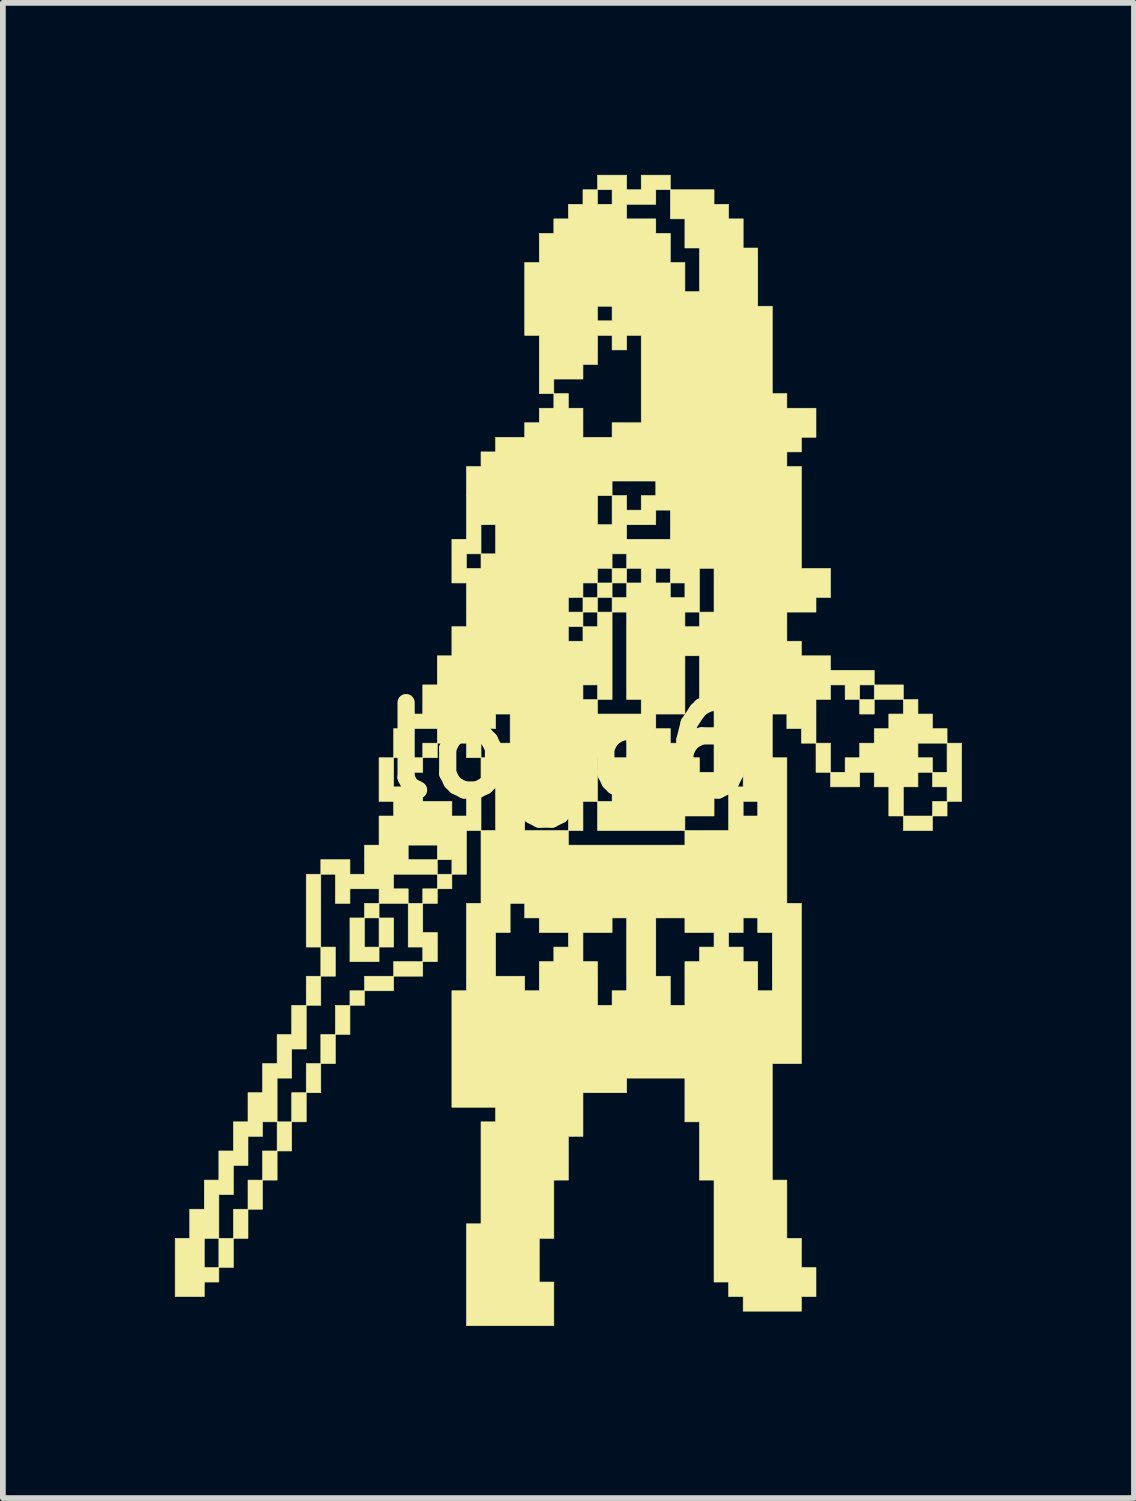
<source format=kicad_pcb>
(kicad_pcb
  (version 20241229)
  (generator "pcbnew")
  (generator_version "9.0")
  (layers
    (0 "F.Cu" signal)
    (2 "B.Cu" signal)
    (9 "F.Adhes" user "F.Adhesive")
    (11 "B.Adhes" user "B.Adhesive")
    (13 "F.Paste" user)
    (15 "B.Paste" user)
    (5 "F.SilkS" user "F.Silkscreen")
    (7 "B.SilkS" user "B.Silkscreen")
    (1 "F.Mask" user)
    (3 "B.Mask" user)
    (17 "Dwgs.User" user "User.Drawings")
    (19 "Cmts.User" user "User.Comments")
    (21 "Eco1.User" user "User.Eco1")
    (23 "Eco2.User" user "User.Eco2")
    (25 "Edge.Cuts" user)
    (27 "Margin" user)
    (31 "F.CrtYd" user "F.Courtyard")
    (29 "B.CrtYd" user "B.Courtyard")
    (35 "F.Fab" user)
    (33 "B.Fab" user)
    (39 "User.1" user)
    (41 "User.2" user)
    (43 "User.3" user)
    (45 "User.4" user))
  (footprint "logo6"
    (layer "F.Cu")
    (at 6.863 10.038)
    (property "Reference" "logo6" (at 0 0 0) (layer "F.SilkS") (effects (font (size 1.524 1.524) (thickness 0.3))))
    (attr through_hole)
    (fp_poly (pts (xy -2.54 0.381) (xy -2.794 0.381) (xy -2.794 0.127) (xy -2.54 0.127) (xy -2.54 0.381)) (stroke (width 0.01) (type solid)) (fill yes) (layer "F.SilkS"))
    (fp_poly (pts (xy -2.286 0.127) (xy -2.54 0.127) (xy -2.54 -0.127) (xy -2.286 -0.127) (xy -2.286 0.127)) (stroke (width 0.01) (type solid)) (fill yes) (layer "F.SilkS"))
    (fp_poly (pts (xy 0.508 -2.413) (xy 0.254 -2.413) (xy 0.254 -2.667) (xy 0.508 -2.667) (xy 0.508 -2.413)) (stroke (width 0.01) (type solid)) (fill yes) (layer "F.SilkS"))
    (fp_poly (pts (xy 0.762 -2.667) (xy 0.508 -2.667) (xy 0.508 -2.921) (xy 0.762 -2.921) (xy 0.762 -2.667)) (stroke (width 0.01) (type solid)) (fill yes) (layer "F.SilkS"))
    (fp_poly (pts (xy 1.016 -2.921) (xy 0.762 -2.921) (xy 0.762 -3.175) (xy 1.016 -3.175) (xy 1.016 -2.921)) (stroke (width 0.01) (type solid)) (fill yes) (layer "F.SilkS"))
    (fp_poly (pts (xy 4.572 0.381) (xy 4.318 0.381) (xy 4.318 -0.127) (xy 4.572 -0.127) (xy 4.572 0.381)) (stroke (width 0.01) (type solid)) (fill yes) (layer "F.SilkS"))
    (fp_poly (pts (xy 5.334 -0.635) (xy 5.08 -0.635) (xy 5.08 -0.889) (xy 5.334 -0.889) (xy 5.334 -0.635)) (stroke (width 0.01) (type solid)) (fill yes) (layer "F.SilkS"))
    (fp_poly (pts (xy 5.842 -0.889) (xy 5.334 -0.889) (xy 5.334 -1.143) (xy 5.842 -1.143) (xy 5.842 -0.889)) (stroke (width 0.01) (type solid)) (fill yes) (layer "F.SilkS"))
    (fp_poly (pts (xy -3.048 2.921) (xy -3.048 3.429) (xy -3.302 3.429) (xy -3.302 3.683) (xy -3.81 3.683) (xy -3.81 2.921) (xy -3.556 2.921) (xy -3.556 3.429) (xy -3.302 3.429) (xy -3.302 2.921) (xy -3.556 2.921) (xy -3.556 2.667) (xy -3.302 2.667) (xy -3.302 2.921) (xy -3.048 2.921)) (stroke (width 0.01) (type solid)) (fill yes) (layer "F.SilkS"))
    (fp_poly (pts (xy 6.858 -0.127) (xy 6.858 0.889) (xy 6.604 0.889) (xy 6.604 1.143) (xy 6.35 1.143) (xy 6.35 1.397) (xy 5.842 1.397) (xy 5.842 1.143) (xy 5.588 1.143) (xy 5.588 0.635) (xy 5.842 0.635) (xy 5.842 1.143) (xy 6.35 1.143) (xy 6.35 0.889) (xy 6.604 0.889) (xy 6.604 0.635) (xy 6.35 0.635) (xy 6.35 0.381) (xy 6.096 0.381) (xy 6.096 0.635) (xy 5.842 0.635) (xy 5.588 0.635) (xy 5.334 0.635) (xy 5.334 0.381) (xy 5.08 0.381) (xy 5.08 0.635) (xy 4.572 0.635) (xy 4.572 0.381) (xy 4.826 0.381) (xy 4.826 0.127) (xy 5.08 0.127) (xy 5.08 -0.127) (xy 5.334 -0.127) (xy 6.096 -0.127) (xy 6.096 0.127) (xy 6.35 0.127) (xy 6.35 0.381) (xy 6.604 0.381) (xy 6.604 -0.127) (xy 6.096 -0.127) (xy 5.334 -0.127) (xy 5.334 -0.381) (xy 5.588 -0.381) (xy 5.588 -0.635) (xy 5.842 -0.635) (xy 5.842 -0.889) (xy 6.096 -0.889) (xy 6.096 -0.635) (xy 6.35 -0.635) (xy 6.35 -0.381) (xy 6.604 -0.381) (xy 6.604 -0.127) (xy 6.858 -0.127)) (stroke (width 0.01) (type solid)) (fill yes) (layer "F.SilkS"))
    (fp_poly (pts (xy 2.54 -9.779) (xy 2.54 -9.525) (xy 2.794 -9.525) (xy 2.794 -9.271) (xy 3.048 -9.271) (xy 3.048 -8.763) (xy 3.302 -8.763) (xy 3.302 -7.747) (xy 3.556 -7.747) (xy 3.556 -6.223) (xy 3.81 -6.223) (xy 3.81 -5.969) (xy 4.318 -5.969) (xy 4.318 -5.461) (xy 4.064 -5.461) (xy 4.064 -5.207) (xy 3.81 -5.207) (xy 3.81 -4.953) (xy 4.064 -4.953) (xy 4.064 -3.175) (xy 4.572 -3.175) (xy 4.572 -2.667) (xy 4.318 -2.667) (xy 4.318 -2.413) (xy 3.81 -2.413) (xy 3.81 -1.905) (xy 4.064 -1.905) (xy 4.064 -1.651) (xy 4.572 -1.651) (xy 4.572 -1.397) (xy 5.334 -1.397) (xy 5.334 -1.143) (xy 5.08 -1.143) (xy 5.08 -0.889) (xy 4.826 -0.889) (xy 4.826 -1.143) (xy 4.572 -1.143) (xy 4.572 -0.889) (xy 4.318 -0.889) (xy 4.318 -0.127) (xy 4.064 -0.127) (xy 4.064 -0.381) (xy 3.81 -0.381) (xy 3.81 -0.635) (xy 3.556 -0.635) (xy 3.556 0.127) (xy 3.81 0.127) (xy 3.81 2.667) (xy 4.064 2.667) (xy 4.064 5.461) (xy 3.556 5.461) (xy 3.556 7.493) (xy 3.81 7.493) (xy 3.81 8.509) (xy 4.064 8.509) (xy 4.064 9.017) (xy 4.318 9.017) (xy 4.318 9.525) (xy 4.064 9.525) (xy 4.064 9.779) (xy 3.048 9.779) (xy 3.048 9.525) (xy 2.794 9.525) (xy 2.794 9.271) (xy 2.54 9.271) (xy 2.54 7.493) (xy 2.286 7.493) (xy 2.286 6.477) (xy 2.032 6.477) (xy 2.032 5.715) (xy 1.016 5.715) (xy 1.016 5.969) (xy 0.254 5.969) (xy 0.254 6.731) (xy 0 6.731) (xy 0 7.493) (xy -0.254 7.493) (xy -0.254 8.509) (xy -0.508 8.509) (xy -0.508 9.271) (xy -0.254 9.271) (xy -0.254 10.033) (xy -1.778 10.033) (xy -1.778 8.255) (xy -1.524 8.255) (xy -1.524 6.477) (xy -1.27 6.477) (xy -1.27 6.223) (xy -2.032 6.223) (xy -2.032 4.191) (xy -1.778 4.191) (xy -1.778 3.175) (xy -1.27 3.175) (xy -1.27 3.937) (xy -0.762 3.937) (xy -0.762 4.191) (xy -0.508 4.191) (xy -0.508 3.683) (xy -0.254 3.683) (xy -0.254 3.429) (xy 0 3.429) (xy 0 3.175) (xy 0.254 3.175) (xy 0.254 3.683) (xy 0.508 3.683) (xy 0.508 4.445) (xy 0.762 4.445) (xy 0.762 4.191) (xy 1.016 4.191) (xy 1.016 2.921) (xy 1.524 2.921) (xy 1.524 3.937) (xy 1.778 3.937) (xy 1.778 4.445) (xy 2.032 4.445) (xy 2.032 3.683) (xy 2.286 3.683) (xy 2.286 3.429) (xy 2.54 3.429) (xy 2.54 3.175) (xy 2.794 3.175) (xy 2.794 3.429) (xy 3.048 3.429) (xy 3.048 3.683) (xy 3.302 3.683) (xy 3.302 4.191) (xy 3.556 4.191) (xy 3.556 3.175) (xy 3.302 3.175) (xy 3.302 2.921) (xy 3.048 2.921) (xy 3.048 3.175) (xy 2.794 3.175) (xy 2.54 3.175) (xy 2.032 3.175) (xy 2.032 2.921) (xy 1.524 2.921) (xy 1.016 2.921) (xy 0.762 2.921) (xy 0.762 3.175) (xy 0.254 3.175) (xy 0 3.175) (xy -0.508 3.175) (xy -0.508 2.921) (xy -0.762 2.921) (xy -0.762 2.667) (xy -1.016 2.667) (xy -1.016 3.175) (xy -1.27 3.175) (xy -1.778 3.175) (xy -1.778 2.667) (xy -1.524 2.667) (xy -1.524 1.397) (xy -1.778 1.397) (xy -1.778 2.159) (xy -2.032 2.159) (xy -2.032 2.413) (xy -2.286 2.413) (xy -2.286 2.667) (xy -2.54 2.667) (xy -2.54 3.175) (xy -2.286 3.175) (xy -2.286 3.683) (xy -2.54 3.683) (xy -2.54 3.937) (xy -3.048 3.937) (xy -3.048 4.191) (xy -3.556 4.191) (xy -3.556 4.445) (xy -3.81 4.445) (xy -3.81 4.953) (xy -4.064 4.953) (xy -4.064 5.461) (xy -4.318 5.461) (xy -4.318 5.969) (xy -4.572 5.969) (xy -4.572 6.477) (xy -4.826 6.477) (xy -4.826 6.985) (xy -5.08 6.985) (xy -5.08 7.493) (xy -5.334 7.493) (xy -5.334 8.001) (xy -5.588 8.001) (xy -5.588 8.509) (xy -5.842 8.509) (xy -5.842 9.017) (xy -6.096 9.017) (xy -6.096 9.271) (xy -6.35 9.271) (xy -6.35 9.525) (xy -6.858 9.525) (xy -6.858 8.509) (xy -6.604 8.509) (xy -6.35 8.509) (xy -6.35 9.017) (xy -6.096 9.017) (xy -6.096 8.509) (xy -6.35 8.509) (xy -6.604 8.509) (xy -6.604 8.001) (xy -6.35 8.001) (xy -6.35 7.747) (xy -6.096 7.747) (xy -6.096 8.509) (xy -5.842 8.509) (xy -5.842 8.001) (xy -5.588 8.001) (xy -5.588 7.493) (xy -5.334 7.493) (xy -5.334 6.985) (xy -5.08 6.985) (xy -5.08 6.477) (xy -5.334 6.477) (xy -5.334 6.731) (xy -5.588 6.731) (xy -5.588 7.239) (xy -5.842 7.239) (xy -5.842 7.747) (xy -6.096 7.747) (xy -6.35 7.747) (xy -6.35 7.493) (xy -6.096 7.493) (xy -6.096 6.985) (xy -5.842 6.985) (xy -5.842 6.477) (xy -5.588 6.477) (xy -5.588 5.969) (xy -5.334 5.969) (xy -5.334 5.715) (xy -5.08 5.715) (xy -5.08 6.477) (xy -4.826 6.477) (xy -4.826 5.969) (xy -4.572 5.969) (xy -4.572 5.461) (xy -4.318 5.461) (xy -4.318 4.953) (xy -4.064 4.953) (xy -4.064 4.445) (xy -3.81 4.445) (xy -3.81 4.191) (xy -3.556 4.191) (xy -3.556 3.937) (xy -3.048 3.937) (xy -3.048 3.683) (xy -2.54 3.683) (xy -2.54 3.429) (xy -2.794 3.429) (xy -2.794 2.667) (xy -3.302 2.667) (xy -3.302 2.413) (xy -3.81 2.413) (xy -3.81 2.667) (xy -4.064 2.667) (xy -4.064 2.159) (xy -4.318 2.159) (xy -4.318 3.429) (xy -4.064 3.429) (xy -4.064 3.937) (xy -4.318 3.937) (xy -4.318 4.445) (xy -4.572 4.445) (xy -4.572 5.207) (xy -4.826 5.207) (xy -4.826 5.715) (xy -5.08 5.715) (xy -5.334 5.715) (xy -5.334 5.461) (xy -5.08 5.461) (xy -5.08 4.953) (xy -4.826 4.953) (xy -4.826 4.445) (xy -4.572 4.445) (xy -4.572 3.937) (xy -4.318 3.937) (xy -4.318 3.429) (xy -4.572 3.429) (xy -4.572 2.159) (xy -4.318 2.159) (xy -4.318 1.905) (xy -3.81 1.905) (xy -3.81 2.159) (xy -3.556 2.159) (xy -3.048 2.159) (xy -3.048 2.413) (xy -2.794 2.413) (xy -2.794 2.667) (xy -2.54 2.667) (xy -2.54 2.413) (xy -2.286 2.413) (xy -2.286 2.159) (xy -3.048 2.159) (xy -3.556 2.159) (xy -3.556 1.651) (xy -3.302 1.651) (xy -2.794 1.651) (xy -2.794 1.905) (xy -2.286 1.905) (xy -2.286 2.159) (xy -2.032 2.159) (xy -2.032 1.905) (xy -2.286 1.905) (xy -2.286 1.651) (xy -2.794 1.651) (xy -3.302 1.651) (xy -3.302 1.143) (xy -3.048 1.143) (xy -3.048 0.889) (xy -3.302 0.889) (xy -3.302 0.127) (xy -3.048 0.127) (xy -3.048 0.635) (xy -2.54 0.635) (xy -2.54 0.889) (xy -2.032 0.889) (xy -2.032 1.143) (xy -1.778 1.143) (xy -1.778 0.635) (xy -1.524 0.635) (xy -1.524 1.397) (xy -1.27 1.397) (xy -1.27 1.143) (xy -0.762 1.143) (xy -0.762 1.397) (xy 0 1.397) (xy 0 1.651) (xy 2.032 1.651) (xy 2.032 1.397) (xy 0.508 1.397) (xy 0.508 1.143) (xy 2.032 1.143) (xy 2.032 1.397) (xy 2.794 1.397) (xy 2.794 0.889) (xy 3.048 0.889) (xy 3.048 1.143) (xy 3.302 1.143) (xy 3.302 0.889) (xy 3.048 0.889) (xy 2.794 0.889) (xy 2.794 0.635) (xy 2.54 0.635) (xy 2.54 1.143) (xy 2.032 1.143) (xy 0.508 1.143) (xy 0.508 0.889) (xy 0.254 0.889) (xy 0.254 1.397) (xy 0 1.397) (xy 0 1.143) (xy -0.762 1.143) (xy -1.27 1.143) (xy -1.27 0.635) (xy -1.524 0.635) (xy -1.524 0.127) (xy -1.778 0.127) (xy -1.778 -0.127) (xy -2.286 -0.127) (xy -2.286 -0.381) (xy -1.524 -0.381) (xy -1.524 0.127) (xy -1.27 0.127) (xy 0.508 0.127) (xy 0.508 0.889) (xy 0.762 0.889) (xy 0.762 0.127) (xy 0.508 0.127) (xy -1.27 0.127) (xy -1.27 -0.127) (xy -1.016 -0.127) (xy -1.016 -0.381) (xy 0.762 -0.381) (xy 0.762 0.127) (xy 1.016 0.127) (xy 1.016 -0.381) (xy 0.762 -0.381) (xy -1.016 -0.381) (xy -1.016 -0.635) (xy -1.27 -0.635) (xy -1.27 -0.381) (xy -1.524 -0.381) (xy -2.286 -0.381) (xy -2.794 -0.381) (xy -2.794 0.127) (xy -3.048 0.127) (xy -3.048 -0.381) (xy -2.794 -0.381) (xy -2.794 -0.635) (xy -2.54 -0.635) (xy -2.54 -1.143) (xy -2.286 -1.143) (xy 0.254 -1.143) (xy 0.254 -0.889) (xy 0.508 -0.889) (xy 0.508 -0.635) (xy 1.27 -0.635) (xy 1.524 -0.635) (xy 1.524 -0.381) (xy 1.778 -0.381) (xy 1.778 -0.127) (xy 2.032 -0.127) (xy 2.032 0.127) (xy 2.286 0.127) (xy 2.286 0.381) (xy 2.54 0.381) (xy 2.794 0.381) (xy 2.794 0.635) (xy 3.048 0.635) (xy 3.048 0.381) (xy 2.794 0.381) (xy 2.54 0.381) (xy 2.54 -0.127) (xy 2.032 -0.127) (xy 2.032 -0.381) (xy 2.54 -0.381) (xy 2.54 -0.889) (xy 2.286 -0.889) (xy 2.286 -1.651) (xy 2.032 -1.651) (xy 2.032 -0.635) (xy 1.524 -0.635) (xy 1.27 -0.635) (xy 1.27 -0.889) (xy 1.016 -0.889) (xy 1.016 -2.413) (xy 2.032 -2.413) (xy 2.032 -2.159) (xy 2.286 -2.159) (xy 2.286 -2.413) (xy 2.032 -2.413) (xy 1.016 -2.413) (xy 0.762 -2.413) (xy 0.762 -0.889) (xy 0.508 -0.889) (xy 0.508 -1.143) (xy 0.254 -1.143) (xy -2.286 -1.143) (xy -2.286 -1.651) (xy -2.032 -1.651) (xy -2.032 -2.159) (xy -1.778 -2.159) (xy 0 -2.159) (xy 0 -1.905) (xy 0.254 -1.905) (xy 0.254 -2.159) (xy 0 -2.159) (xy -1.778 -2.159) (xy -1.778 -2.667) (xy 0 -2.667) (xy 0 -2.413) (xy 0.254 -2.413) (xy 0.254 -2.159) (xy 0.508 -2.159) (xy 0.508 -2.413) (xy 0.762 -2.413) (xy 0.762 -2.667) (xy 1.016 -2.667) (xy 1.016 -2.921) (xy 1.27 -2.921) (xy 1.27 -3.175) (xy 1.524 -3.175) (xy 1.524 -2.921) (xy 1.778 -2.921) (xy 1.778 -2.667) (xy 2.032 -2.667) (xy 2.032 -2.921) (xy 1.778 -2.921) (xy 1.778 -3.175) (xy 2.286 -3.175) (xy 2.286 -2.413) (xy 2.54 -2.413) (xy 2.54 -3.175) (xy 2.286 -3.175) (xy 1.778 -3.175) (xy 1.524 -3.175) (xy 1.27 -3.175) (xy 1.016 -3.175) (xy 1.016 -3.429) (xy 0.762 -3.429) (xy 0.762 -3.175) (xy 0.508 -3.175) (xy 0.508 -2.921) (xy 0.254 -2.921) (xy 0.254 -2.667) (xy 0 -2.667) (xy -1.778 -2.667) (xy -1.778 -2.921) (xy -2.032 -2.921) (xy -2.032 -3.429) (xy -1.778 -3.429) (xy -1.778 -3.175) (xy -1.524 -3.175) (xy -1.524 -3.429) (xy -1.778 -3.429) (xy -2.032 -3.429) (xy -2.032 -3.683) (xy -1.778 -3.683) (xy -1.778 -3.937) (xy -1.524 -3.937) (xy -1.524 -3.429) (xy -1.27 -3.429) (xy -1.27 -3.937) (xy -1.524 -3.937) (xy -1.778 -3.937) (xy -1.778 -4.445) (xy 0.508 -4.445) (xy 0.508 -3.937) (xy 0.762 -3.937) (xy 1.016 -3.937) (xy 1.016 -3.683) (xy 1.778 -3.683) (xy 1.778 -4.191) (xy 1.524 -4.191) (xy 1.524 -3.937) (xy 1.016 -3.937) (xy 0.762 -3.937) (xy 0.762 -4.445) (xy 0.508 -4.445) (xy -1.778 -4.445) (xy -1.778 -4.699) (xy 0.762 -4.699) (xy 0.762 -4.445) (xy 1.016 -4.445) (xy 1.016 -4.191) (xy 1.27 -4.191) (xy 1.27 -4.445) (xy 1.524 -4.445) (xy 1.524 -4.699) (xy 0.762 -4.699) (xy -1.778 -4.699) (xy -1.778 -4.953) (xy -1.524 -4.953) (xy -1.524 -5.207) (xy -1.27 -5.207) (xy -1.27 -5.461) (xy -0.762 -5.461) (xy -0.762 -5.715) (xy -0.508 -5.715) (xy -0.508 -5.969) (xy -0.254 -5.969) (xy -0.254 -6.223) (xy -0.508 -6.223) (xy -0.508 -6.477) (xy -0.254 -6.477) (xy -0.254 -6.223) (xy 0 -6.223) (xy 0 -5.969) (xy 0.254 -5.969) (xy 0.254 -5.461) (xy 0.762 -5.461) (xy 0.762 -5.715) (xy 1.27 -5.715) (xy 1.27 -7.239) (xy 1.016 -7.239) (xy 1.016 -6.985) (xy 0.762 -6.985) (xy 0.762 -7.239) (xy 0.508 -7.239) (xy 0.508 -6.731) (xy 0.254 -6.731) (xy 0.254 -6.477) (xy -0.254 -6.477) (xy -0.508 -6.477) (xy -0.508 -7.239) (xy -0.762 -7.239) (xy -0.762 -7.747) (xy 0.508 -7.747) (xy 0.508 -7.493) (xy 0.762 -7.493) (xy 0.762 -7.747) (xy 0.508 -7.747) (xy -0.762 -7.747) (xy -0.762 -8.509) (xy -0.508 -8.509) (xy -0.508 -9.017) (xy -0.254 -9.017) (xy -0.254 -9.271) (xy 0 -9.271) (xy 0 -9.525) (xy 0.254 -9.525) (xy 0.254 -9.779) (xy 0.508 -9.779) (xy 0.508 -9.525) (xy 0.762 -9.525) (xy 1.016 -9.525) (xy 1.016 -9.271) (xy 1.524 -9.271) (xy 1.524 -9.017) (xy 1.778 -9.017) (xy 1.778 -8.509) (xy 2.032 -8.509) (xy 2.032 -8.001) (xy 2.286 -8.001) (xy 2.286 -8.763) (xy 2.032 -8.763) (xy 2.032 -9.271) (xy 1.778 -9.271) (xy 1.778 -9.779) (xy 1.524 -9.779) (xy 1.524 -9.525) (xy 1.016 -9.525) (xy 0.762 -9.525) (xy 0.762 -9.779) (xy 0.508 -9.779) (xy 0.508 -10.033) (xy 1.016 -10.033) (xy 1.016 -9.779) (xy 1.27 -9.779) (xy 1.27 -10.033) (xy 1.778 -10.033) (xy 1.778 -9.779) (xy 2.54 -9.779)) (stroke (width 0.01) (type solid)) (fill yes) (layer "F.SilkS")))
  (gr_rect
    (start -3 -3)
    (end 16.726 23.076)
    (stroke (width 0.1) (type default))
    (fill no)
    (layer "Edge.Cuts")))
</source>
